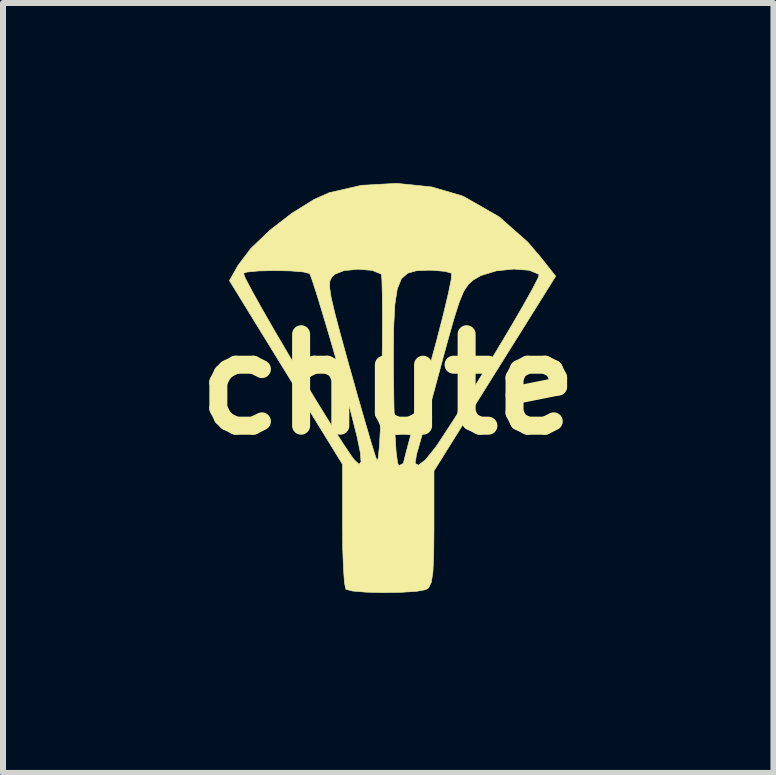
<source format=kicad_pcb>
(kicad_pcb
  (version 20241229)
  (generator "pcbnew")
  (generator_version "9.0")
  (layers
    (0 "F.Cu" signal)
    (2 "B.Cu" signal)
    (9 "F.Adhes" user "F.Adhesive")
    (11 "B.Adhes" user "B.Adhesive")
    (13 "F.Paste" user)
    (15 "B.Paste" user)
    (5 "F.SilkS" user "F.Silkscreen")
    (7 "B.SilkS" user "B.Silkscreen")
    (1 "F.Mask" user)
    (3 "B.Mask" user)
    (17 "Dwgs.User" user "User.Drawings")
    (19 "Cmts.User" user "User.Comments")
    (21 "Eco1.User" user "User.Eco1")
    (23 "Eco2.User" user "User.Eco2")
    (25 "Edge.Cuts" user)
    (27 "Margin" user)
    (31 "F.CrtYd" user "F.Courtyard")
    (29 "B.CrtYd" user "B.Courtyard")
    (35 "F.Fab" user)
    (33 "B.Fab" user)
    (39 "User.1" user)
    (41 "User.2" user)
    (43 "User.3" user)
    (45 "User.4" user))
  (footprint "chute"
    (layer "F.Cu")
    (at 3.418 3.353)
    (property "Reference" "chute" (at 0 0 0) (layer "F.SilkS") (effects (font (size 1.524 1.524) (thickness 0.3))))
    (attr through_hole)
    (fp_poly (pts (xy 0.722 -3.289) (xy 1.225 -3.142) (xy 1.27 -3.122) (xy 1.845 -2.793) (xy 2.322 -2.372) (xy 2.534 -2.124) (xy 2.79 -1.801) (xy 1.776 -0.18) (xy 0.762 1.442) (xy 0.762 2.405) (xy 0.758 2.834) (xy 0.745 3.122) (xy 0.718 3.298) (xy 0.673 3.39) (xy 0.628 3.42) (xy 0.471 3.449) (xy 0.217 3.465) (xy -0.082 3.47) (xy -0.37 3.463) (xy -0.596 3.444) (xy -0.706 3.415) (xy -0.728 3.313) (xy -0.745 3.077) (xy -0.758 2.742) (xy -0.762 2.345) (xy -0.762 1.332) (xy -1.704 -0.197) (xy -2.645 -1.727) (xy -2.576 -1.851) (xy -2.411 -1.851) (xy -2.382 -1.77) (xy -2.278 -1.572) (xy -2.116 -1.281) (xy -1.911 -0.923) (xy -1.677 -0.524) (xy -1.43 -0.11) (xy -1.186 0.294) (xy -0.959 0.661) (xy -0.765 0.967) (xy -0.62 1.185) (xy -0.562 1.262) (xy -0.486 1.332) (xy -0.453 1.294) (xy -0.464 1.139) (xy -0.523 0.856) (xy -0.63 0.436) (xy -0.787 -0.133) (xy -0.843 -0.329) (xy -0.98 -0.802) (xy -1.104 -1.217) (xy -1.205 -1.547) (xy -1.229 -1.62) (xy -0.977 -1.62) (xy -0.952 -1.451) (xy -0.892 -1.194) (xy -0.794 -0.824) (xy -0.654 -0.317) (xy -0.645 -0.287) (xy -0.512 0.187) (xy -0.39 0.61) (xy -0.29 0.951) (xy -0.218 1.183) (xy -0.187 1.27) (xy -0.167 1.23) (xy -0.148 1.045) (xy -0.13 0.737) (xy -0.115 0.329) (xy -0.105 -0.154) (xy -0.104 -0.203) (xy -0.101 -0.43) (xy 0.087 -0.43) (xy 0.089 -0.107) (xy 0.096 0.385) (xy 0.111 0.801) (xy 0.131 1.118) (xy 0.156 1.309) (xy 0.176 1.355) (xy 0.248 1.32) (xy 0.448 1.32) (xy 0.505 1.347) (xy 0.625 1.253) (xy 0.79 1.047) (xy 0.826 0.995) (xy 1.048 0.657) (xy 1.296 0.268) (xy 1.555 -0.15) (xy 1.811 -0.57) (xy 2.048 -0.967) (xy 2.251 -1.317) (xy 2.406 -1.594) (xy 2.498 -1.774) (xy 2.515 -1.831) (xy 2.351 -1.9) (xy 2.092 -1.92) (xy 1.804 -1.891) (xy 1.554 -1.815) (xy 1.53 -1.804) (xy 1.42 -1.74) (xy 1.333 -1.663) (xy 1.257 -1.548) (xy 1.182 -1.366) (xy 1.095 -1.093) (xy 0.984 -0.7) (xy 0.886 -0.339) (xy 0.762 0.122) (xy 0.648 0.537) (xy 0.555 0.874) (xy 0.492 1.098) (xy 0.472 1.164) (xy 0.448 1.32) (xy 0.248 1.32) (xy 0.253 1.318) (xy 0.254 1.31) (xy 0.276 1.218) (xy 0.336 0.989) (xy 0.428 0.65) (xy 0.544 0.226) (xy 0.678 -0.257) (xy 0.681 -0.267) (xy 0.812 -0.75) (xy 0.922 -1.177) (xy 1.003 -1.519) (xy 1.051 -1.752) (xy 1.057 -1.85) (xy 1.057 -1.85) (xy 0.947 -1.882) (xy 0.736 -1.9) (xy 0.664 -1.901) (xy 0.469 -1.892) (xy 0.323 -1.851) (xy 0.219 -1.758) (xy 0.151 -1.59) (xy 0.11 -1.327) (xy 0.091 -0.947) (xy 0.087 -0.43) (xy -0.101 -0.43) (xy -0.098 -0.705) (xy -0.097 -1.146) (xy -0.099 -1.5) (xy -0.105 -1.738) (xy -0.114 -1.836) (xy -0.115 -1.836) (xy -0.266 -1.898) (xy -0.501 -1.918) (xy -0.738 -1.894) (xy -0.882 -1.838) (xy -0.938 -1.789) (xy -0.972 -1.724) (xy -0.977 -1.62) (xy -1.229 -1.62) (xy -1.277 -1.766) (xy -1.309 -1.845) (xy -1.417 -1.873) (xy -1.634 -1.89) (xy -1.902 -1.895) (xy -2.16 -1.889) (xy -2.35 -1.871) (xy -2.411 -1.851) (xy -2.576 -1.851) (xy -2.5 -1.985) (xy -2.291 -2.261) (xy -1.976 -2.563) (xy -1.607 -2.849) (xy -1.235 -3.08) (xy -0.985 -3.192) (xy -0.446 -3.316) (xy 0.144 -3.348) (xy 0.722 -3.289)) (stroke (width 0.01) (type solid)) (fill yes) (layer "F.SilkS")))
  (gr_rect
    (start -3 -3)
    (end 9.836 9.828)
    (stroke (width 0.1) (type default))
    (fill no)
    (layer "Edge.Cuts")))
</source>
